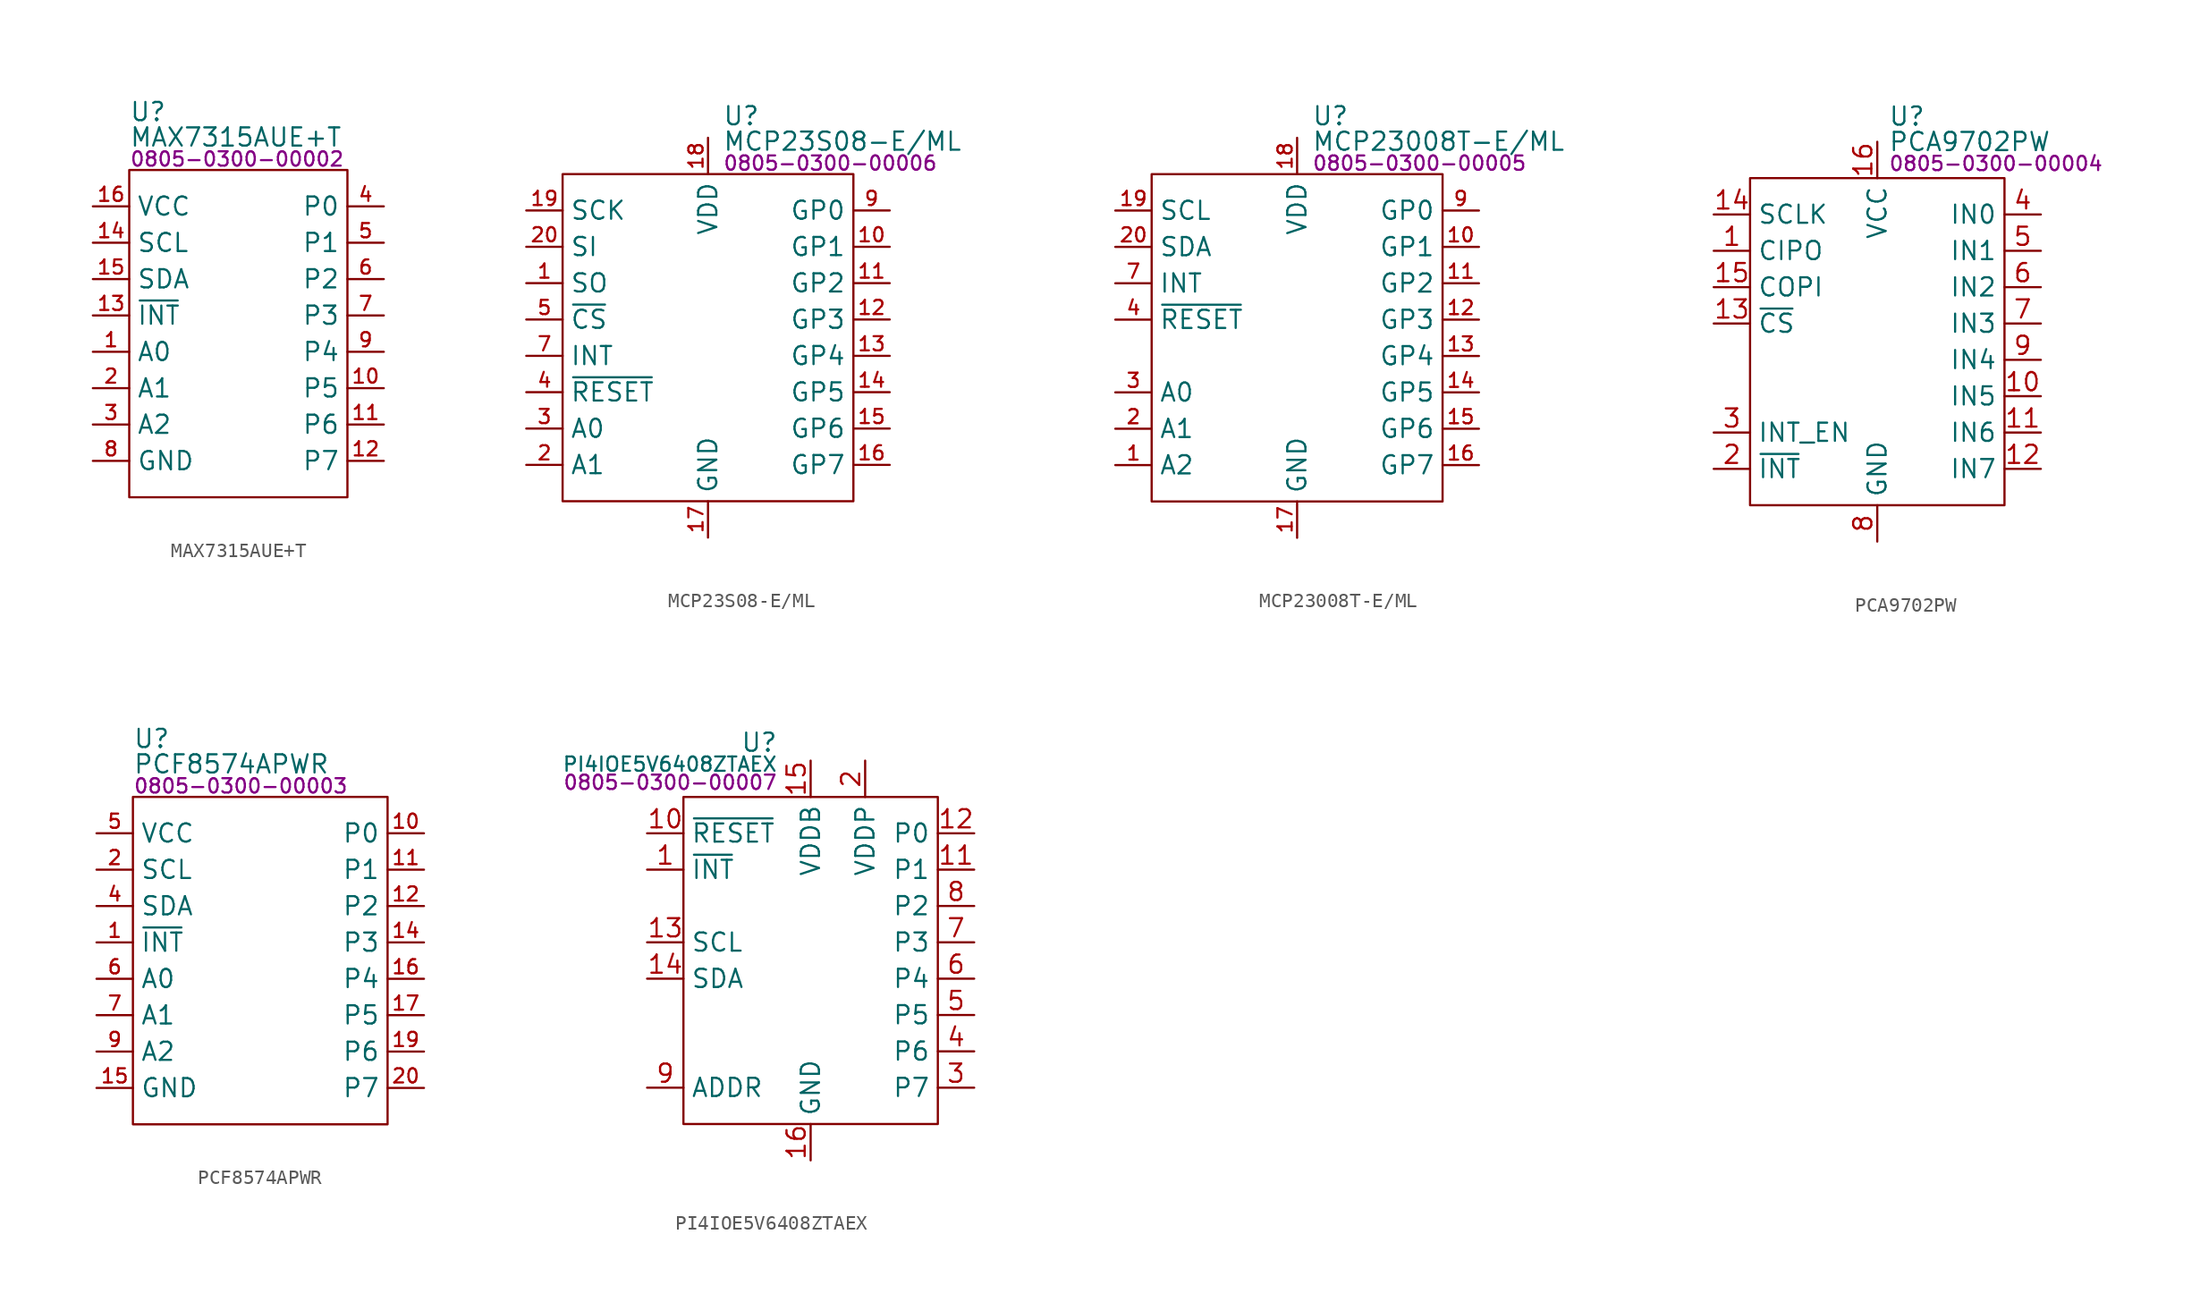
<source format=kicad_sym>
(kicad_symbol_lib
  (version 20231120)
  (generator "kicad_symbol_editor")
  (generator_version "8.0")
  (symbol "MAX7315AUE+T"
    (property "Reference" "U"
      (at 0 4.064 0)
      (effects (font (size 1.27 1.27)) (justify left)))
    (property "Value" "MAX7315AUE+T"
      (at 0 2.286 0)
      (effects (font (size 1.27 1.27)) (justify left)))
    (property "PartNumber" "0805-0300-00002"
      (at 0 0.762 0)
      (effects (font (size 1 1)) (justify left)))
    (symbol "MAX7315AUE+T_0_0"
      (pin input line (at -2.54 -12.7 0) (length 2.54) (name "A0" (effects (font (size 1.27 1.27)))) (number "1" (effects (font (size 0.991 0.991)))))
      (pin bidirectional line (at 17.78 -15.24 180) (length 2.54) (name "P5" (effects (font (size 1.27 1.27)))) (number "10" (effects (font (size 0.991 0.991)))))
      (pin bidirectional line (at 17.78 -17.78 180) (length 2.54) (name "P6" (effects (font (size 1.27 1.27)))) (number "11" (effects (font (size 0.991 0.991)))))
      (pin bidirectional line (at 17.78 -20.32 180) (length 2.54) (name "P7" (effects (font (size 1.27 1.27)))) (number "12" (effects (font (size 0.991 0.991)))))
      (pin output line (at -2.54 -10.16 0) (length 2.54) (name "~{INT}" (effects (font (size 1.27 1.27)))) (number "13" (effects (font (size 0.991 0.991)))))
      (pin input line (at -2.54 -5.08 0) (length 2.54) (name "SCL" (effects (font (size 1.27 1.27)))) (number "14" (effects (font (size 0.991 0.991)))))
      (pin bidirectional line (at -2.54 -7.62 0) (length 2.54) (name "SDA" (effects (font (size 1.27 1.27)))) (number "15" (effects (font (size 0.991 0.991)))))
      (pin power_in line (at -2.54 -2.54 0) (length 2.54) (name "VCC" (effects (font (size 1.27 1.27)))) (number "16" (effects (font (size 0.991 0.991)))))
      (pin input line (at -2.54 -15.24 0) (length 2.54) (name "A1" (effects (font (size 1.27 1.27)))) (number "2" (effects (font (size 0.991 0.991)))))
      (pin input line (at -2.54 -17.78 0) (length 2.54) (name "A2" (effects (font (size 1.27 1.27)))) (number "3" (effects (font (size 0.991 0.991)))))
      (pin bidirectional line (at 17.78 -2.54 180) (length 2.54) (name "P0" (effects (font (size 1.27 1.27)))) (number "4" (effects (font (size 0.991 0.991)))))
      (pin bidirectional line (at 17.78 -5.08 180) (length 2.54) (name "P1" (effects (font (size 1.27 1.27)))) (number "5" (effects (font (size 0.991 0.991)))))
      (pin bidirectional line (at 17.78 -7.62 180) (length 2.54) (name "P2" (effects (font (size 1.27 1.27)))) (number "6" (effects (font (size 0.991 0.991)))))
      (pin bidirectional line (at 17.78 -10.16 180) (length 2.54) (name "P3" (effects (font (size 1.27 1.27)))) (number "7" (effects (font (size 0.991 0.991)))))
      (pin power_in line (at -2.54 -20.32 0) (length 2.54) (name "GND" (effects (font (size 1.27 1.27)))) (number "8" (effects (font (size 0.991 0.991)))))
      (pin bidirectional line (at 17.78 -12.7 180) (length 2.54) (name "P4" (effects (font (size 1.27 1.27)))) (number "9" (effects (font (size 0.991 0.991))))))
    (symbol "MAX7315AUE+T_0_1"
      (rectangle (start 0 0) (end 15.24 -22.86) (stroke (width 0) (type default)) (fill (type none)))))
  (symbol "MCP23S08-E/ML"
    (property "Reference" "U"
      (at 11.176 4.064 0)
      (effects (font (size 1.27 1.27)) (justify left)))
    (property "Value" "MCP23S08-E/ML"
      (at 11.176 2.286 0)
      (effects (font (size 1.27 1.27)) (justify left)))
    (property "PartNumber" "0805-0300-00006"
      (at 11.176 0.762 0)
      (effects (font (size 1 1)) (justify left)))
    (symbol "MCP23S08-E/ML_0_0"
      (pin output line (at -2.54 -7.62 0) (length 2.54) (name "SO" (effects (font (size 1.27 1.27)))) (number "1" (effects (font (size 0.991 0.991)))))
      (pin bidirectional line (at 22.86 -5.08 180) (length 2.54) (name "GP1" (effects (font (size 1.27 1.27)))) (number "10" (effects (font (size 0.991 0.991)))))
      (pin bidirectional line (at 22.86 -7.62 180) (length 2.54) (name "GP2" (effects (font (size 1.27 1.27)))) (number "11" (effects (font (size 0.991 0.991)))))
      (pin bidirectional line (at 22.86 -10.16 180) (length 2.54) (name "GP3" (effects (font (size 1.27 1.27)))) (number "12" (effects (font (size 0.991 0.991)))))
      (pin bidirectional line (at 22.86 -12.7 180) (length 2.54) (name "GP4" (effects (font (size 1.27 1.27)))) (number "13" (effects (font (size 0.991 0.991)))))
      (pin bidirectional line (at 22.86 -15.24 180) (length 2.54) (name "GP5" (effects (font (size 1.27 1.27)))) (number "14" (effects (font (size 0.991 0.991)))))
      (pin bidirectional line (at 22.86 -17.78 180) (length 2.54) (name "GP6" (effects (font (size 1.27 1.27)))) (number "15" (effects (font (size 0.991 0.991)))))
      (pin bidirectional line (at 22.86 -20.32 180) (length 2.54) (name "GP7" (effects (font (size 1.27 1.27)))) (number "16" (effects (font (size 0.991 0.991)))))
      (pin power_in line (at 10.16 -25.4 90) (length 2.54) (name "GND" (effects (font (size 1.27 1.27)))) (number "17" (effects (font (size 0.991 0.991)))))
      (pin power_in line (at 10.16 2.54 270) (length 2.54) (name "VDD" (effects (font (size 1.27 1.27)))) (number "18" (effects (font (size 0.991 0.991)))))
      (pin input line (at -2.54 -2.54 0) (length 2.54) (name "SCK" (effects (font (size 1.27 1.27)))) (number "19" (effects (font (size 0.991 0.991)))))
      (pin input line (at -2.54 -20.32 0) (length 2.54) (name "A1" (effects (font (size 1.27 1.27)))) (number "2" (effects (font (size 0.991 0.991)))))
      (pin input line (at -2.54 -5.08 0) (length 2.54) (name "SI" (effects (font (size 1.27 1.27)))) (number "20" (effects (font (size 0.991 0.991)))))
      (pin power_in line (at 10.16 -25.4 90) (length 2.54) hide (name "GND" (effects (font (size 1.27 1.27)))) (number "21" (effects (font (size 0.991 0.991)))))
      (pin input line (at -2.54 -17.78 0) (length 2.54) (name "A0" (effects (font (size 1.27 1.27)))) (number "3" (effects (font (size 0.991 0.991)))))
      (pin input line (at -2.54 -15.24 0) (length 2.54) (name "~{RESET}" (effects (font (size 1.27 1.27)))) (number "4" (effects (font (size 0.991 0.991)))))
      (pin input line (at -2.54 -10.16 0) (length 2.54) (name "~{CS}" (effects (font (size 1.27 1.27)))) (number "5" (effects (font (size 0.991 0.991)))))
      (pin no_connect line (at 7.62 -7.62 0) (length 2.54) hide (name "NC" (effects (font (size 1.27 1.27)))) (number "6" (effects (font (size 0.991 0.991)))))
      (pin output line (at -2.54 -12.7 0) (length 2.54) (name "INT" (effects (font (size 1.27 1.27)))) (number "7" (effects (font (size 0.991 0.991)))))
      (pin no_connect line (at 7.62 -7.62 0) (length 2.54) hide (name "NC" (effects (font (size 1.27 1.27)))) (number "8" (effects (font (size 0.991 0.991)))))
      (pin bidirectional line (at 22.86 -2.54 180) (length 2.54) (name "GP0" (effects (font (size 1.27 1.27)))) (number "9" (effects (font (size 0.991 0.991))))))
    (symbol "MCP23S08-E/ML_0_1"
      (rectangle (start 0 0) (end 20.32 -22.86) (stroke (width 0) (type default)) (fill (type none)))))
  (symbol "MCP23008T-E/ML"
    (property "Reference" "U"
      (at 11.176 4.064 0)
      (effects (font (size 1.27 1.27)) (justify left)))
    (property "Value" "MCP23008T-E/ML"
      (at 11.176 2.286 0)
      (effects (font (size 1.27 1.27)) (justify left)))
    (property "PartNumber" "0805-0300-00005"
      (at 11.176 0.762 0)
      (effects (font (size 1 1)) (justify left)))
    (symbol "MCP23008T-E/ML_0_0"
      (pin input line (at -2.54 -20.32 0) (length 2.54) (name "A2" (effects (font (size 1.27 1.27)))) (number "1" (effects (font (size 0.991 0.991)))))
      (pin bidirectional line (at 22.86 -5.08 180) (length 2.54) (name "GP1" (effects (font (size 1.27 1.27)))) (number "10" (effects (font (size 0.991 0.991)))))
      (pin bidirectional line (at 22.86 -7.62 180) (length 2.54) (name "GP2" (effects (font (size 1.27 1.27)))) (number "11" (effects (font (size 0.991 0.991)))))
      (pin bidirectional line (at 22.86 -10.16 180) (length 2.54) (name "GP3" (effects (font (size 1.27 1.27)))) (number "12" (effects (font (size 0.991 0.991)))))
      (pin bidirectional line (at 22.86 -12.7 180) (length 2.54) (name "GP4" (effects (font (size 1.27 1.27)))) (number "13" (effects (font (size 0.991 0.991)))))
      (pin bidirectional line (at 22.86 -15.24 180) (length 2.54) (name "GP5" (effects (font (size 1.27 1.27)))) (number "14" (effects (font (size 0.991 0.991)))))
      (pin bidirectional line (at 22.86 -17.78 180) (length 2.54) (name "GP6" (effects (font (size 1.27 1.27)))) (number "15" (effects (font (size 0.991 0.991)))))
      (pin bidirectional line (at 22.86 -20.32 180) (length 2.54) (name "GP7" (effects (font (size 1.27 1.27)))) (number "16" (effects (font (size 0.991 0.991)))))
      (pin power_in line (at 10.16 -25.4 90) (length 2.54) (name "GND" (effects (font (size 1.27 1.27)))) (number "17" (effects (font (size 0.991 0.991)))))
      (pin power_in line (at 10.16 2.54 270) (length 2.54) (name "VDD" (effects (font (size 1.27 1.27)))) (number "18" (effects (font (size 0.991 0.991)))))
      (pin input line (at -2.54 -2.54 0) (length 2.54) (name "SCL" (effects (font (size 1.27 1.27)))) (number "19" (effects (font (size 0.991 0.991)))))
      (pin input line (at -2.54 -17.78 0) (length 2.54) (name "A1" (effects (font (size 1.27 1.27)))) (number "2" (effects (font (size 0.991 0.991)))))
      (pin bidirectional line (at -2.54 -5.08 0) (length 2.54) (name "SDA" (effects (font (size 1.27 1.27)))) (number "20" (effects (font (size 0.991 0.991)))))
      (pin power_in line (at 10.16 -25.4 90) (length 2.54) hide (name "GND" (effects (font (size 1.27 1.27)))) (number "21" (effects (font (size 0.991 0.991)))))
      (pin input line (at -2.54 -15.24 0) (length 2.54) (name "A0" (effects (font (size 1.27 1.27)))) (number "3" (effects (font (size 0.991 0.991)))))
      (pin input line (at -2.54 -10.16 0) (length 2.54) (name "~{RESET}" (effects (font (size 1.27 1.27)))) (number "4" (effects (font (size 0.991 0.991)))))
      (pin no_connect line (at 7.62 -7.62 0) (length 2.54) hide (name "NC" (effects (font (size 1.27 1.27)))) (number "5" (effects (font (size 0.991 0.991)))))
      (pin no_connect line (at 7.62 -7.62 0) (length 2.54) hide (name "NC" (effects (font (size 1.27 1.27)))) (number "6" (effects (font (size 0.991 0.991)))))
      (pin output line (at -2.54 -7.62 0) (length 2.54) (name "INT" (effects (font (size 1.27 1.27)))) (number "7" (effects (font (size 0.991 0.991)))))
      (pin no_connect line (at 7.62 -7.62 0) (length 2.54) hide (name "NC" (effects (font (size 1.27 1.27)))) (number "8" (effects (font (size 0.991 0.991)))))
      (pin bidirectional line (at 22.86 -2.54 180) (length 2.54) (name "GP0" (effects (font (size 1.27 1.27)))) (number "9" (effects (font (size 0.991 0.991))))))
    (symbol "MCP23008T-E/ML_0_1"
      (rectangle (start 0 0) (end 20.32 -22.86) (stroke (width 0) (type default)) (fill (type none)))))
  (symbol "PCA9702PW"
    (property "Reference" "U"
      (at 9.652 4.318 0)
      (effects (font (size 1.27 1.27)) (justify left)))
    (property "Value" "PCA9702PW"
      (at 9.652 2.54 0)
      (effects (font (size 1.27 1.27)) (justify left)))
    (property "PartNumber" "0805-0300-00004"
      (at 9.652 1.016 0)
      (effects (font (size 1 1)) (justify left)))
    (symbol "PCA9702PW_0_0"
      (pin output line (at -2.54 -5.08 0) (length 2.54) (name "CIPO" (effects (font (size 1.27 1.27)))) (number "1" (effects (font (size 1.27 1.27)))))
      (pin bidirectional line (at 20.32 -15.24 180) (length 2.54) (name "IN5" (effects (font (size 1.27 1.27)))) (number "10" (effects (font (size 1.27 1.27)))))
      (pin bidirectional line (at 20.32 -17.78 180) (length 2.54) (name "IN6" (effects (font (size 1.27 1.27)))) (number "11" (effects (font (size 1.27 1.27)))))
      (pin bidirectional line (at 20.32 -20.32 180) (length 2.54) (name "IN7" (effects (font (size 1.27 1.27)))) (number "12" (effects (font (size 1.27 1.27)))))
      (pin input line (at -2.54 -10.16 0) (length 2.54) (name "~{CS}" (effects (font (size 1.27 1.27)))) (number "13" (effects (font (size 1.27 1.27)))))
      (pin input line (at -2.54 -2.54 0) (length 2.54) (name "SCLK" (effects (font (size 1.27 1.27)))) (number "14" (effects (font (size 1.27 1.27)))))
      (pin input line (at -2.54 -7.62 0) (length 2.54) (name "COPI" (effects (font (size 1.27 1.27)))) (number "15" (effects (font (size 1.27 1.27)))))
      (pin power_in line (at 8.89 2.54 270) (length 2.54) (name "VCC" (effects (font (size 1.27 1.27)))) (number "16" (effects (font (size 1.27 1.27)))))
      (pin output line (at -2.54 -20.32 0) (length 2.54) (name "~{INT}" (effects (font (size 1.27 1.27)))) (number "2" (effects (font (size 1.27 1.27)))))
      (pin input line (at -2.54 -17.78 0) (length 2.54) (name "INT_EN" (effects (font (size 1.27 1.27)))) (number "3" (effects (font (size 1.27 1.27)))))
      (pin bidirectional line (at 20.32 -2.54 180) (length 2.54) (name "IN0" (effects (font (size 1.27 1.27)))) (number "4" (effects (font (size 1.27 1.27)))))
      (pin bidirectional line (at 20.32 -5.08 180) (length 2.54) (name "IN1" (effects (font (size 1.27 1.27)))) (number "5" (effects (font (size 1.27 1.27)))))
      (pin bidirectional line (at 20.32 -7.62 180) (length 2.54) (name "IN2" (effects (font (size 1.27 1.27)))) (number "6" (effects (font (size 1.27 1.27)))))
      (pin bidirectional line (at 20.32 -10.16 180) (length 2.54) (name "IN3" (effects (font (size 1.27 1.27)))) (number "7" (effects (font (size 1.27 1.27)))))
      (pin power_in line (at 8.89 -25.4 90) (length 2.54) (name "GND" (effects (font (size 1.27 1.27)))) (number "8" (effects (font (size 1.27 1.27)))))
      (pin bidirectional line (at 20.32 -12.7 180) (length 2.54) (name "IN4" (effects (font (size 1.27 1.27)))) (number "9" (effects (font (size 1.27 1.27))))))
    (symbol "PCA9702PW_0_1"
      (rectangle (start 0 0) (end 17.78 -22.86) (stroke (width 0) (type default)) (fill (type none)))))
  (symbol "PCF8574APWR"
    (property "Reference" "U"
      (at 0 4.064 0)
      (effects (font (size 1.27 1.27)) (justify left)))
    (property "Value" "PCF8574APWR"
      (at 0 2.286 0)
      (effects (font (size 1.27 1.27)) (justify left)))
    (property "PartNumber" "0805-0300-00003"
      (at 0 0.762 0)
      (effects (font (size 1 1)) (justify left)))
    (symbol "PCF8574APWR_0_0"
      (pin output line (at -2.54 -10.16 0) (length 2.54) (name "~{INT}" (effects (font (size 1.27 1.27)))) (number "1" (effects (font (size 0.991 0.991)))))
      (pin bidirectional line (at 20.32 -2.54 180) (length 2.54) (name "P0" (effects (font (size 1.27 1.27)))) (number "10" (effects (font (size 0.991 0.991)))))
      (pin bidirectional line (at 20.32 -5.08 180) (length 2.54) (name "P1" (effects (font (size 1.27 1.27)))) (number "11" (effects (font (size 0.991 0.991)))))
      (pin bidirectional line (at 20.32 -7.62 180) (length 2.54) (name "P2" (effects (font (size 1.27 1.27)))) (number "12" (effects (font (size 0.991 0.991)))))
      (pin no_connect line (at 7.62 -2.54 0) (length 2.54) hide (name "NC" (effects (font (size 1.27 1.27)))) (number "13" (effects (font (size 0.991 0.991)))))
      (pin bidirectional line (at 20.32 -10.16 180) (length 2.54) (name "P3" (effects (font (size 1.27 1.27)))) (number "14" (effects (font (size 0.991 0.991)))))
      (pin power_in line (at -2.54 -20.32 0) (length 2.54) (name "GND" (effects (font (size 1.27 1.27)))) (number "15" (effects (font (size 0.991 0.991)))))
      (pin bidirectional line (at 20.32 -12.7 180) (length 2.54) (name "P4" (effects (font (size 1.27 1.27)))) (number "16" (effects (font (size 0.991 0.991)))))
      (pin bidirectional line (at 20.32 -15.24 180) (length 2.54) (name "P5" (effects (font (size 1.27 1.27)))) (number "17" (effects (font (size 0.991 0.991)))))
      (pin no_connect line (at 7.62 -2.54 0) (length 2.54) hide (name "NC" (effects (font (size 1.27 1.27)))) (number "18" (effects (font (size 0.991 0.991)))))
      (pin bidirectional line (at 20.32 -17.78 180) (length 2.54) (name "P6" (effects (font (size 1.27 1.27)))) (number "19" (effects (font (size 0.991 0.991)))))
      (pin input line (at -2.54 -5.08 0) (length 2.54) (name "SCL" (effects (font (size 1.27 1.27)))) (number "2" (effects (font (size 0.991 0.991)))))
      (pin bidirectional line (at 20.32 -20.32 180) (length 2.54) (name "P7" (effects (font (size 1.27 1.27)))) (number "20" (effects (font (size 0.991 0.991)))))
      (pin no_connect line (at 7.62 -2.54 0) (length 2.54) hide (name "NC" (effects (font (size 1.27 1.27)))) (number "3" (effects (font (size 0.991 0.991)))))
      (pin bidirectional line (at -2.54 -7.62 0) (length 2.54) (name "SDA" (effects (font (size 1.27 1.27)))) (number "4" (effects (font (size 0.991 0.991)))))
      (pin power_in line (at -2.54 -2.54 0) (length 2.54) (name "VCC" (effects (font (size 1.27 1.27)))) (number "5" (effects (font (size 0.991 0.991)))))
      (pin input line (at -2.54 -12.7 0) (length 2.54) (name "A0" (effects (font (size 1.27 1.27)))) (number "6" (effects (font (size 0.991 0.991)))))
      (pin input line (at -2.54 -15.24 0) (length 2.54) (name "A1" (effects (font (size 1.27 1.27)))) (number "7" (effects (font (size 0.991 0.991)))))
      (pin no_connect line (at 7.62 -2.54 0) (length 2.54) hide (name "NC" (effects (font (size 1.27 1.27)))) (number "8" (effects (font (size 0.991 0.991)))))
      (pin input line (at -2.54 -17.78 0) (length 2.54) (name "A2" (effects (font (size 1.27 1.27)))) (number "9" (effects (font (size 0.991 0.991))))))
    (symbol "PCF8574APWR_0_1"
      (rectangle (start 0 0) (end 17.78 -22.86) (stroke (width 0) (type default)) (fill (type none)))))
  (symbol "PI4IOE5V6408ZTAEX"
    (property "Reference" "U"
      (at 6.604 3.81 0)
      (effects (font (size 1.27 1.27)) (justify right)))
    (property "Value" "PI4IOE5V6408ZTAEX"
      (at 6.604 2.286 0)
      (effects (font (size 1 1)) (justify right)))
    (property "PartNumber" "0805-0300-00007"
      (at 6.604 1.016 0)
      (effects (font (size 1 1)) (justify right)))
    (symbol "PI4IOE5V6408ZTAEX_0_0"
      (pin output line (at -2.54 -5.08 0) (length 2.54) (name "~{INT}" (effects (font (size 1.27 1.27)))) (number "1" (effects (font (size 1.27 1.27)))))
      (pin input line (at -2.54 -2.54 0) (length 2.54) (name "~{RESET}" (effects (font (size 1.27 1.27)))) (number "10" (effects (font (size 1.27 1.27)))))
      (pin bidirectional line (at 20.32 -5.08 180) (length 2.54) (name "P1" (effects (font (size 1.27 1.27)))) (number "11" (effects (font (size 1.27 1.27)))))
      (pin bidirectional line (at 20.32 -2.54 180) (length 2.54) (name "P0" (effects (font (size 1.27 1.27)))) (number "12" (effects (font (size 1.27 1.27)))))
      (pin input line (at -2.54 -10.16 0) (length 2.54) (name "SCL" (effects (font (size 1.27 1.27)))) (number "13" (effects (font (size 1.27 1.27)))))
      (pin bidirectional line (at -2.54 -12.7 0) (length 2.54) (name "SDA" (effects (font (size 1.27 1.27)))) (number "14" (effects (font (size 1.27 1.27)))))
      (pin power_in line (at 8.89 2.54 270) (length 2.54) (name "VDDB" (effects (font (size 1.27 1.27)))) (number "15" (effects (font (size 1.27 1.27)))))
      (pin power_in line (at 8.89 -25.4 90) (length 2.54) (name "GND" (effects (font (size 1.27 1.27)))) (number "16" (effects (font (size 1.27 1.27)))))
      (pin power_in line (at 12.7 2.54 270) (length 2.54) (name "VDDP" (effects (font (size 1.27 1.27)))) (number "2" (effects (font (size 1.27 1.27)))))
      (pin bidirectional line (at 20.32 -20.32 180) (length 2.54) (name "P7" (effects (font (size 1.27 1.27)))) (number "3" (effects (font (size 1.27 1.27)))))
      (pin bidirectional line (at 20.32 -17.78 180) (length 2.54) (name "P6" (effects (font (size 1.27 1.27)))) (number "4" (effects (font (size 1.27 1.27)))))
      (pin bidirectional line (at 20.32 -15.24 180) (length 2.54) (name "P5" (effects (font (size 1.27 1.27)))) (number "5" (effects (font (size 1.27 1.27)))))
      (pin bidirectional line (at 20.32 -12.7 180) (length 2.54) (name "P4" (effects (font (size 1.27 1.27)))) (number "6" (effects (font (size 1.27 1.27)))))
      (pin bidirectional line (at 20.32 -10.16 180) (length 2.54) (name "P3" (effects (font (size 1.27 1.27)))) (number "7" (effects (font (size 1.27 1.27)))))
      (pin bidirectional line (at 20.32 -7.62 180) (length 2.54) (name "P2" (effects (font (size 1.27 1.27)))) (number "8" (effects (font (size 1.27 1.27)))))
      (pin input line (at -2.54 -20.32 0) (length 2.54) (name "ADDR" (effects (font (size 1.27 1.27)))) (number "9" (effects (font (size 1.27 1.27))))))
    (symbol "PI4IOE5V6408ZTAEX_0_1"
      (rectangle (start 0 0) (end 17.78 -22.86) (stroke (width 0) (type default)) (fill (type none))))))
</source>
